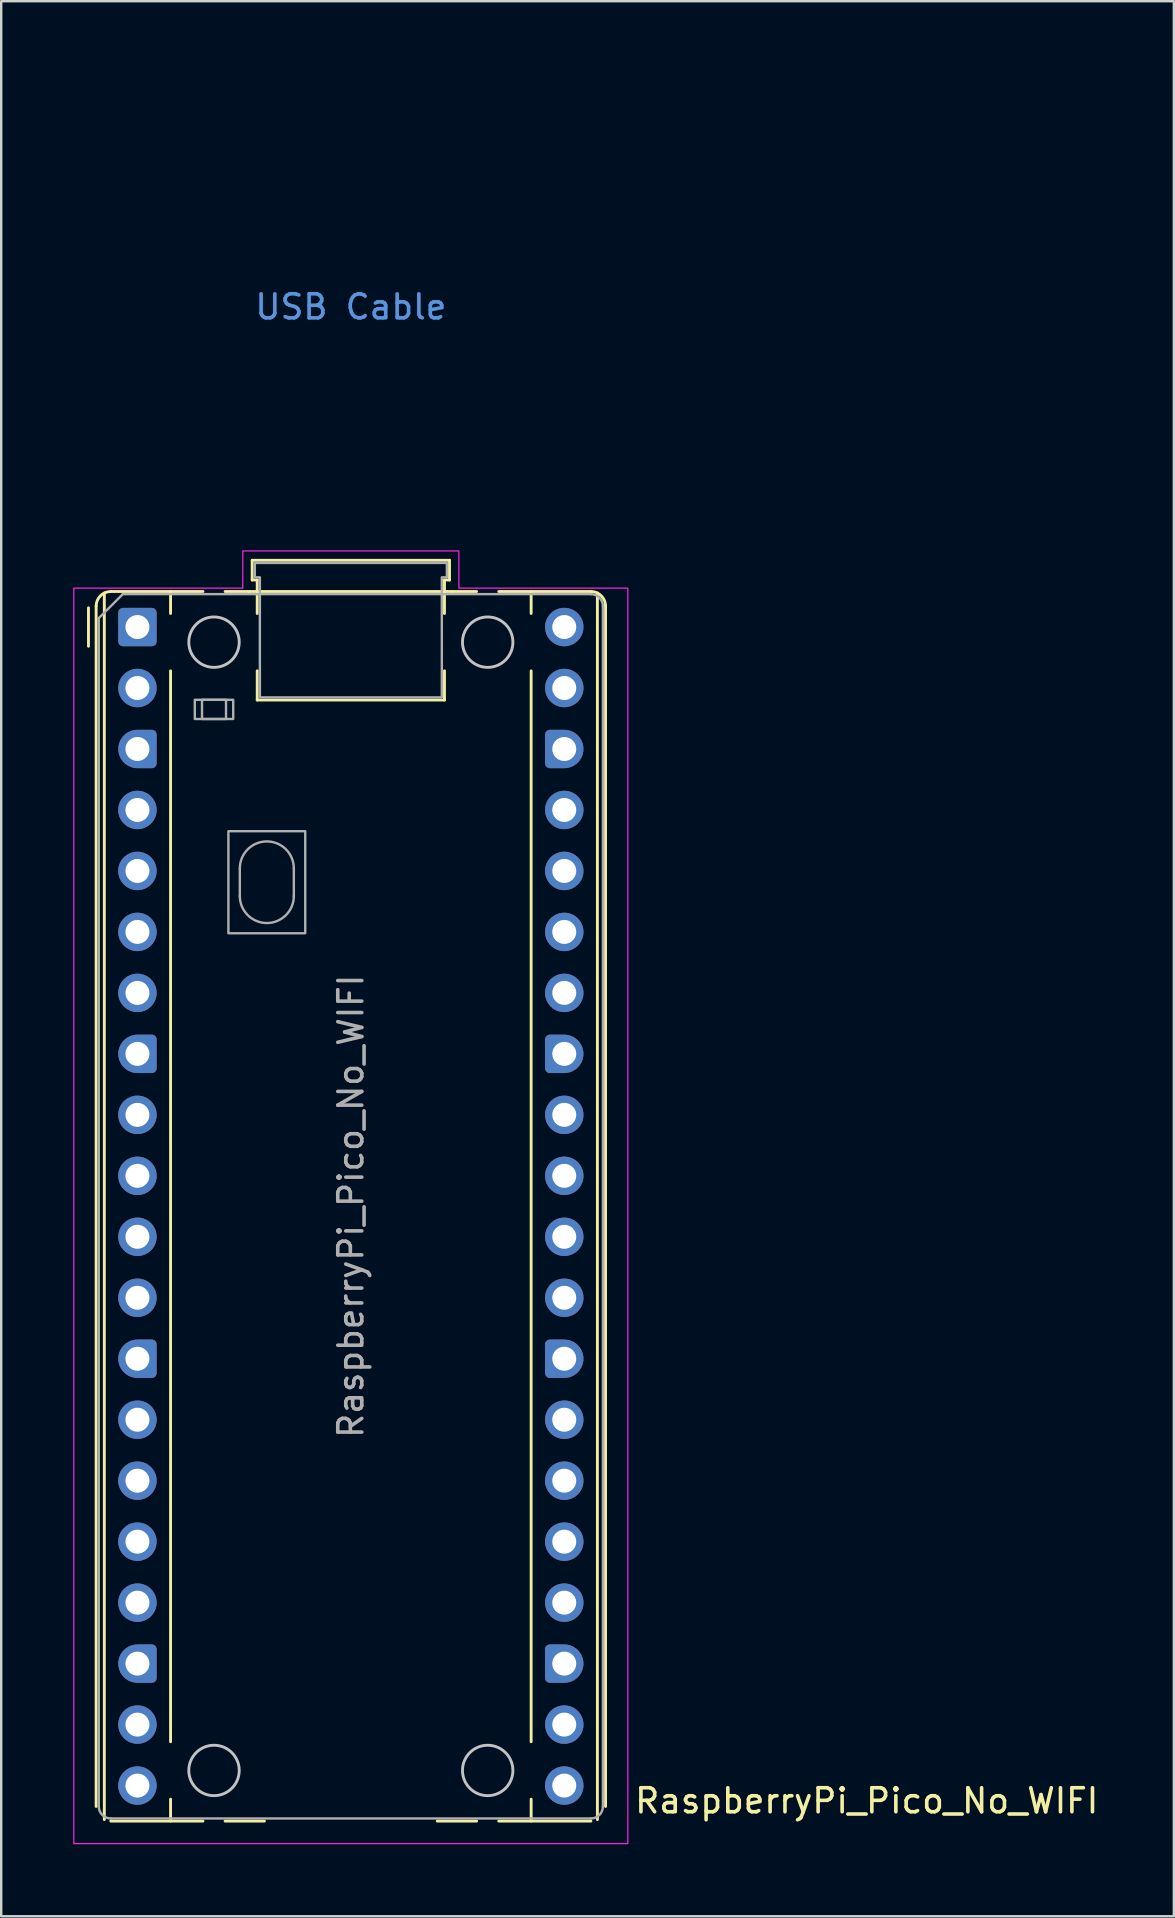
<source format=kicad_pcb>
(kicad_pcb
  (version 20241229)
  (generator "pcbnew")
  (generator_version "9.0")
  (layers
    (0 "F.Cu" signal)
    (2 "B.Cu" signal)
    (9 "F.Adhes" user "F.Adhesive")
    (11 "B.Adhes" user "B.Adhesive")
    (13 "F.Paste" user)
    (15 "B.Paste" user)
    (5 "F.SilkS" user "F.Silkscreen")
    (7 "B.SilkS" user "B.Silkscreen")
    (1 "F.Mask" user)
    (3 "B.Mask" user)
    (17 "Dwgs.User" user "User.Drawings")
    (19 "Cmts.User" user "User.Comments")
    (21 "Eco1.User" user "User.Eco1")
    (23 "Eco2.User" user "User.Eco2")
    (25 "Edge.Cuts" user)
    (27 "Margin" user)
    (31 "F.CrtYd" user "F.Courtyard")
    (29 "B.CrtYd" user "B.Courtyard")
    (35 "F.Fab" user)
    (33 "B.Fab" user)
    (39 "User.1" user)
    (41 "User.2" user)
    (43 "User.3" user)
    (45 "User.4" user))
  (footprint "RaspberryPi_Pico_No_WIFI"
    (layer "F.Cu")
    (at 2.675 23.07)
    (property "Reference" "RaspberryPi_Pico_No_WIFI" (at 20.637 48.895 0) (unlocked yes) (layer "F.SilkS") (effects (font (size 1 1) (thickness 0.15)) (justify left)))
    (attr through_hole)
    (fp_line (start -2.04 0.8) (end -2.04 -0.8) (stroke (width 0.12) (type solid)) (layer "F.SilkS"))
    (fp_line (start -1.72 -0.87) (end -1.72 49.13) (stroke (width 0.12) (type solid)) (layer "F.SilkS"))
    (fp_line (start -1.38 -1.417) (end -1.38 49.677) (stroke (width 0.12) (type solid)) (layer "F.SilkS"))
    (fp_line (start -1.11 -1.48) (end 1.38 -1.48) (stroke (width 0.12) (type solid)) (layer "F.SilkS"))
    (fp_line (start -1.11 49.74) (end 2.728 49.74) (stroke (width 0.12) (type solid)) (layer "F.SilkS"))
    (fp_line (start 1.38 -1.48) (end 1.38 -0.566) (stroke (width 0.12) (type solid)) (layer "F.SilkS"))
    (fp_line (start 1.38 -1.48) (end 2.728 -1.48) (stroke (width 0.12) (type solid)) (layer "F.SilkS"))
    (fp_line (start 1.38 1.826) (end 1.38 46.434) (stroke (width 0.12) (type solid)) (layer "F.SilkS"))
    (fp_line (start 1.38 48.826) (end 1.38 49.74) (stroke (width 0.12) (type solid)) (layer "F.SilkS"))
    (fp_line (start 3.652 -1.48) (end 4.655 -1.48) (stroke (width 0.12) (type solid)) (layer "F.SilkS"))
    (fp_line (start 4.655 -1.48) (end 13.125 -1.48) (stroke (width 0.12) (type solid)) (layer "F.SilkS"))
    (fp_line (start 4.78 -2.78) (end 4.78 -1.96) (stroke (width 0.12) (type solid)) (layer "F.SilkS"))
    (fp_line (start 4.78 -2.78) (end 13 -2.78) (stroke (width 0.12) (type solid)) (layer "F.SilkS"))
    (fp_line (start 4.78 -1.96) (end 4.99 -1.96) (stroke (width 0.12) (type solid)) (layer "F.SilkS"))
    (fp_line (start 4.99 -1.96) (end 4.99 -0.564) (stroke (width 0.12) (type solid)) (layer "F.SilkS"))
    (fp_line (start 4.99 1.824) (end 4.99 3.04) (stroke (width 0.12) (type solid)) (layer "F.SilkS"))
    (fp_line (start 5.29 49.74) (end 3.652 49.74) (stroke (width 0.12) (type solid)) (layer "F.SilkS"))
    (fp_line (start 12.79 -1.96) (end 12.79 -0.564) (stroke (width 0.12) (type solid)) (layer "F.SilkS"))
    (fp_line (start 12.79 1.824) (end 12.79 3.04) (stroke (width 0.12) (type solid)) (layer "F.SilkS"))
    (fp_line (start 12.79 3.04) (end 4.99 3.04) (stroke (width 0.12) (type solid)) (layer "F.SilkS"))
    (fp_line (start 13 -2.78) (end 13 -1.96) (stroke (width 0.12) (type solid)) (layer "F.SilkS"))
    (fp_line (start 13 -1.96) (end 12.79 -1.96) (stroke (width 0.12) (type solid)) (layer "F.SilkS"))
    (fp_line (start 13.125 -1.48) (end 14.128 -1.48) (stroke (width 0.12) (type solid)) (layer "F.SilkS"))
    (fp_line (start 14.128 49.74) (end 12.49 49.74) (stroke (width 0.12) (type solid)) (layer "F.SilkS"))
    (fp_line (start 15.052 -1.48) (end 16.4 -1.48) (stroke (width 0.12) (type solid)) (layer "F.SilkS"))
    (fp_line (start 15.052 49.74) (end 18.89 49.74) (stroke (width 0.12) (type solid)) (layer "F.SilkS"))
    (fp_line (start 16.4 -1.48) (end 16.4 -0.566) (stroke (width 0.12) (type solid)) (layer "F.SilkS"))
    (fp_line (start 16.4 1.826) (end 16.4 46.434) (stroke (width 0.12) (type solid)) (layer "F.SilkS"))
    (fp_line (start 16.4 48.826) (end 16.4 49.74) (stroke (width 0.12) (type solid)) (layer "F.SilkS"))
    (fp_line (start 18.89 -1.48) (end 16.4 -1.48) (stroke (width 0.12) (type solid)) (layer "F.SilkS"))
    (fp_line (start 19.16 49.677) (end 19.16 -1.417) (stroke (width 0.12) (type solid)) (layer "F.SilkS"))
    (fp_line (start 19.5 -0.87) (end 19.5 49.13) (stroke (width 0.12) (type solid)) (layer "F.SilkS"))
    (fp_arc (start -1.72 -0.87) (mid -1.541335 -1.301335) (end -1.11 -1.48) (stroke (width 0.12) (type solid)) (layer "F.SilkS"))
    (fp_arc (start 18.89 -1.48) (mid 19.321335 -1.301335) (end 19.5 -0.87) (stroke (width 0.12) (type solid)) (layer "F.SilkS"))
    (fp_circle (center 3.19 0.63) (end 4.24 0.63) (stroke (width 0.12) (type solid)) (fill no) (layer "Dwgs.User"))
    (fp_circle (center 3.19 47.63) (end 4.24 47.63) (stroke (width 0.12) (type solid)) (fill no) (layer "Dwgs.User"))
    (fp_circle (center 14.59 0.63) (end 15.64 0.63) (stroke (width 0.12) (type solid)) (fill no) (layer "Dwgs.User"))
    (fp_circle (center 14.59 47.63) (end 15.64 47.63) (stroke (width 0.12) (type solid)) (fill no) (layer "Dwgs.User"))
    (fp_poly (pts (xy 4.39 -3.17) (xy 13.39 -3.17) (xy 13.39 -1.62) (xy 20.43 -1.62) (xy 20.43 50.68) (xy -2.65 50.68) (xy -2.65 -1.62) (xy 4.39 -1.62)) (stroke (width 0.05) (type solid)) (fill no) (layer "F.CrtYd"))
    (fp_line (start -1.61 -0.37) (end -0.61 -1.37) (stroke (width 0.1) (type solid)) (layer "F.Fab"))
    (fp_line (start -1.61 49.13) (end -1.61 -0.37) (stroke (width 0.1) (type solid)) (layer "F.Fab"))
    (fp_line (start -0.61 -1.37) (end 18.89 -1.37) (stroke (width 0.1) (type solid)) (layer "F.Fab"))
    (fp_line (start 4.265 10.055) (end 4.265 11.205) (stroke (width 0.1) (type solid)) (layer "F.Fab"))
    (fp_line (start 6.515 10.055) (end 6.515 11.205) (stroke (width 0.1) (type solid)) (layer "F.Fab"))
    (fp_line (start 18.89 49.63) (end -1.11 49.63) (stroke (width 0.1) (type solid)) (layer "F.Fab"))
    (fp_line (start 19.39 -0.87) (end 19.39 49.13) (stroke (width 0.1) (type solid)) (layer "F.Fab"))
    (fp_rect (start 2.39 3.03) (end 3.99 3.83) (stroke (width 0.1) (type solid)) (fill no) (layer "F.Fab"))
    (fp_rect (start 2.69 3.03) (end 3.69 3.83) (stroke (width 0.1) (type solid)) (fill no) (layer "F.Fab"))
    (fp_rect (start 3.79 8.505) (end 6.99 12.755) (stroke (width 0.1) (type solid)) (fill no) (layer "F.Fab"))
    (fp_arc (start -1.11 49.63) (mid -1.463553 49.483553) (end -1.61 49.13) (stroke (width 0.1) (type solid)) (layer "F.Fab"))
    (fp_arc (start 4.265 10.055) (mid 5.39 8.93) (end 6.515 10.055) (stroke (width 0.1) (type solid)) (layer "F.Fab"))
    (fp_arc (start 6.515 11.205) (mid 5.39 12.33) (end 4.265 11.205) (stroke (width 0.1) (type solid)) (layer "F.Fab"))
    (fp_arc (start 18.89 -1.37) (mid 19.243553 -1.223553) (end 19.39 -0.87) (stroke (width 0.1) (type solid)) (layer "F.Fab"))
    (fp_arc (start 19.39 49.13) (mid 19.243553 49.483553) (end 18.89 49.63) (stroke (width 0.1) (type solid)) (layer "F.Fab"))
    (fp_poly (pts (xy 12.68 2.93) (xy 12.68 -2.07) (xy 12.89 -2.07) (xy 12.89 -2.67) (xy 4.89 -2.67) (xy 4.89 -2.07) (xy 5.1 -2.07) (xy 5.1 2.93)) (stroke (width 0.1) (type solid)) (fill no) (layer "F.Fab"))
    (fp_text user "USB Cable" (at 8.89 -13.335 0) (unlocked yes) (layer "Cmts.User") (effects (font (size 1 1) (thickness 0.15))))
    (fp_text user "${REFERENCE}" (at 8.89 24.13 90) (layer "F.Fab") (effects (font (size 1 1) (thickness 0.15))))
    (pad "1" thru_hole roundrect (at 0 0) (size 1.6 1.6) (drill 1) (layers "*.Cu" "*.Mask") (roundrect_rratio 0.125))
    (pad "2" thru_hole circle (at 0 2.54) (size 1.6 1.6) (drill 1) (layers "*.Cu" "*.Mask"))
    (pad "3" thru_hole custom (at 0 5.08) (size 1.6 1.6) (drill 1) (layers "*.Cu" "*.Mask") (options (anchor circle)) (primitives (gr_poly (pts (xy 0.8 0.6) (xy 0.8 -0.6) (xy 0.6 -0.8) (xy 0 -0.8) (xy 0 0.8) (xy 0.6 0.8)) (width 0) (fill yes)) (gr_circle (center 0.6 0.6) (end 0.8 0.6) (width 0) (fill yes)) (gr_circle (center 0.6 -0.6) (end 0.8 -0.6) (width 0) (fill yes))))
    (pad "4" thru_hole circle (at 0 7.62) (size 1.6 1.6) (drill 1) (layers "*.Cu" "*.Mask"))
    (pad "5" thru_hole circle (at 0 10.16) (size 1.6 1.6) (drill 1) (layers "*.Cu" "*.Mask"))
    (pad "6" thru_hole circle (at 0 12.7) (size 1.6 1.6) (drill 1) (layers "*.Cu" "*.Mask"))
    (pad "7" thru_hole circle (at 0 15.24) (size 1.6 1.6) (drill 1) (layers "*.Cu" "*.Mask"))
    (pad "8" thru_hole custom (at 0 17.78) (size 1.6 1.6) (drill 1) (layers "*.Cu" "*.Mask") (options (anchor circle)) (primitives (gr_poly (pts (xy 0.8 0.6) (xy 0.8 -0.6) (xy 0.6 -0.8) (xy 0 -0.8) (xy 0 0.8) (xy 0.6 0.8)) (width 0) (fill yes)) (gr_circle (center 0.6 0.6) (end 0.8 0.6) (width 0) (fill yes)) (gr_circle (center 0.6 -0.6) (end 0.8 -0.6) (width 0) (fill yes))))
    (pad "9" thru_hole circle (at 0 20.32) (size 1.6 1.6) (drill 1) (layers "*.Cu" "*.Mask"))
    (pad "10" thru_hole circle (at 0 22.86) (size 1.6 1.6) (drill 1) (layers "*.Cu" "*.Mask"))
    (pad "11" thru_hole circle (at 0 25.4) (size 1.6 1.6) (drill 1) (layers "*.Cu" "*.Mask"))
    (pad "12" thru_hole circle (at 0 27.94) (size 1.6 1.6) (drill 1) (layers "*.Cu" "*.Mask"))
    (pad "13" thru_hole custom (at 0 30.48) (size 1.6 1.6) (drill 1) (layers "*.Cu" "*.Mask") (options (anchor circle)) (primitives (gr_poly (pts (xy 0.8 0.6) (xy 0.8 -0.6) (xy 0.6 -0.8) (xy 0 -0.8) (xy 0 0.8) (xy 0.6 0.8)) (width 0) (fill yes)) (gr_circle (center 0.6 0.6) (end 0.8 0.6) (width 0) (fill yes)) (gr_circle (center 0.6 -0.6) (end 0.8 -0.6) (width 0) (fill yes))))
    (pad "14" thru_hole circle (at 0 33.02) (size 1.6 1.6) (drill 1) (layers "*.Cu" "*.Mask"))
    (pad "15" thru_hole circle (at 0 35.56) (size 1.6 1.6) (drill 1) (layers "*.Cu" "*.Mask"))
    (pad "16" thru_hole circle (at 0 38.1) (size 1.6 1.6) (drill 1) (layers "*.Cu" "*.Mask"))
    (pad "17" thru_hole circle (at 0 40.64) (size 1.6 1.6) (drill 1) (layers "*.Cu" "*.Mask"))
    (pad "18" thru_hole custom (at 0 43.18) (size 1.6 1.6) (drill 1) (layers "*.Cu" "*.Mask") (options (anchor circle)) (primitives (gr_poly (pts (xy 0.8 0.6) (xy 0.8 -0.6) (xy 0.6 -0.8) (xy 0 -0.8) (xy 0 0.8) (xy 0.6 0.8)) (width 0) (fill yes)) (gr_circle (center 0.6 0.6) (end 0.8 0.6) (width 0) (fill yes)) (gr_circle (center 0.6 -0.6) (end 0.8 -0.6) (width 0) (fill yes))))
    (pad "19" thru_hole circle (at 0 45.72) (size 1.6 1.6) (drill 1) (layers "*.Cu" "*.Mask"))
    (pad "20" thru_hole circle (at 0 48.26) (size 1.6 1.6) (drill 1) (layers "*.Cu" "*.Mask"))
    (pad "21" thru_hole circle (at 17.78 48.26) (size 1.6 1.6) (drill 1) (layers "*.Cu" "*.Mask"))
    (pad "22" thru_hole circle (at 17.78 45.72) (size 1.6 1.6) (drill 1) (layers "*.Cu" "*.Mask"))
    (pad "23" thru_hole custom (at 17.78 43.18) (size 1.6 1.6) (drill 1) (layers "*.Cu" "*.Mask") (options (anchor circle)) (primitives (gr_poly (pts (xy -0.8 0.6) (xy -0.8 -0.6) (xy -0.6 -0.8) (xy 0 -0.8) (xy 0 0.8) (xy -0.6 0.8)) (width 0) (fill yes)) (gr_circle (center -0.6 0.6) (end -0.4 0.6) (width 0) (fill yes)) (gr_circle (center -0.6 -0.6) (end -0.4 -0.6) (width 0) (fill yes))))
    (pad "24" thru_hole circle (at 17.78 40.64) (size 1.6 1.6) (drill 1) (layers "*.Cu" "*.Mask"))
    (pad "25" thru_hole circle (at 17.78 38.1) (size 1.6 1.6) (drill 1) (layers "*.Cu" "*.Mask"))
    (pad "26" thru_hole circle (at 17.78 35.56) (size 1.6 1.6) (drill 1) (layers "*.Cu" "*.Mask"))
    (pad "27" thru_hole circle (at 17.78 33.02) (size 1.6 1.6) (drill 1) (layers "*.Cu" "*.Mask"))
    (pad "28" thru_hole custom (at 17.78 30.48) (size 1.6 1.6) (drill 1) (layers "*.Cu" "*.Mask") (options (anchor circle)) (primitives (gr_poly (pts (xy -0.8 0.6) (xy -0.8 -0.6) (xy -0.6 -0.8) (xy 0 -0.8) (xy 0 0.8) (xy -0.6 0.8)) (width 0) (fill yes)) (gr_circle (center -0.6 0.6) (end -0.4 0.6) (width 0) (fill yes)) (gr_circle (center -0.6 -0.6) (end -0.4 -0.6) (width 0) (fill yes))))
    (pad "29" thru_hole circle (at 17.78 27.94) (size 1.6 1.6) (drill 1) (layers "*.Cu" "*.Mask"))
    (pad "30" thru_hole circle (at 17.78 25.4) (size 1.6 1.6) (drill 1) (layers "*.Cu" "*.Mask"))
    (pad "31" thru_hole circle (at 17.78 22.86) (size 1.6 1.6) (drill 1) (layers "*.Cu" "*.Mask"))
    (pad "32" thru_hole circle (at 17.78 20.32) (size 1.6 1.6) (drill 1) (layers "*.Cu" "*.Mask"))
    (pad "33" thru_hole custom (at 17.78 17.78) (size 1.6 1.6) (drill 1) (layers "*.Cu" "*.Mask") (options (anchor circle)) (primitives (gr_poly (pts (xy -0.8 0.6) (xy -0.8 -0.6) (xy -0.6 -0.8) (xy 0 -0.8) (xy 0 0.8) (xy -0.6 0.8)) (width 0) (fill yes)) (gr_circle (center -0.6 0.6) (end -0.4 0.6) (width 0) (fill yes)) (gr_circle (center -0.6 -0.6) (end -0.4 -0.6) (width 0) (fill yes))))
    (pad "34" thru_hole circle (at 17.78 15.24) (size 1.6 1.6) (drill 1) (layers "*.Cu" "*.Mask"))
    (pad "35" thru_hole circle (at 17.78 12.7) (size 1.6 1.6) (drill 1) (layers "*.Cu" "*.Mask"))
    (pad "36" thru_hole circle (at 17.78 10.16) (size 1.6 1.6) (drill 1) (layers "*.Cu" "*.Mask"))
    (pad "37" thru_hole circle (at 17.78 7.62) (size 1.6 1.6) (drill 1) (layers "*.Cu" "*.Mask"))
    (pad "38" thru_hole custom (at 17.78 5.08) (size 1.6 1.6) (drill 1) (layers "*.Cu" "*.Mask") (options (anchor circle)) (primitives (gr_poly (pts (xy -0.8 0.6) (xy -0.8 -0.6) (xy -0.6 -0.8) (xy 0 -0.8) (xy 0 0.8) (xy -0.6 0.8)) (width 0) (fill yes)) (gr_circle (center -0.6 0.6) (end -0.4 0.6) (width 0) (fill yes)) (gr_circle (center -0.6 -0.6) (end -0.4 -0.6) (width 0) (fill yes))))
    (pad "39" thru_hole circle (at 17.78 2.54) (size 1.6 1.6) (drill 1) (layers "*.Cu" "*.Mask"))
    (pad "40" thru_hole circle (at 17.78 0) (size 1.6 1.6) (drill 1) (layers "*.Cu" "*.Mask"))
    (zone (net_name "") (layer "F.CrtYd") (name "USB Cable") (hatch edge 0.5) (connect_pads) (min_thickness 0.254) (filled_areas_thickness no) (keepout (tracks allowed) (vias allowed) (pads allowed) (copperpour allowed) (footprints allowed)) (placement (enabled no)) (fill) (polygon (pts (xy 5.815 19.5) (xy 7.625 19.5) (xy 7.625 19.9) (xy 15.505 19.9) (xy 15.505 19.5) (xy 17.315 19.5) (xy 17.315 0) (xy 5.815 0)))))
  (gr_rect
    (start -3 -3)
    (end 45.848 76.775)
    (stroke (width 0.1) (type default))
    (fill no)
    (layer "Edge.Cuts")))
</source>
